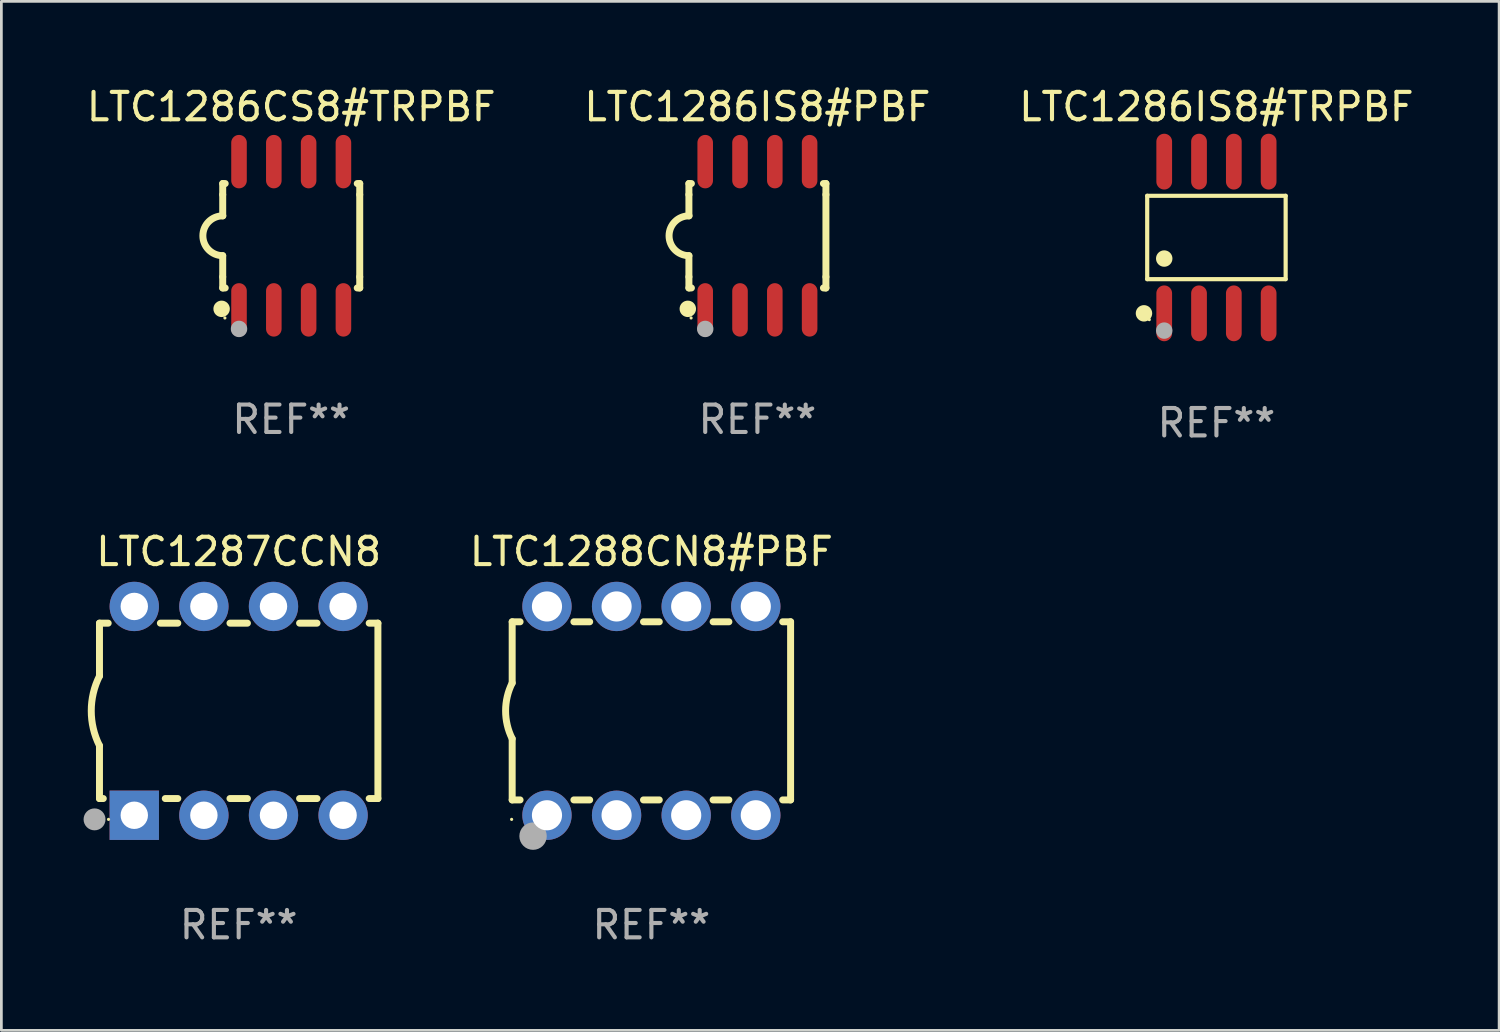
<source format=kicad_pcb>
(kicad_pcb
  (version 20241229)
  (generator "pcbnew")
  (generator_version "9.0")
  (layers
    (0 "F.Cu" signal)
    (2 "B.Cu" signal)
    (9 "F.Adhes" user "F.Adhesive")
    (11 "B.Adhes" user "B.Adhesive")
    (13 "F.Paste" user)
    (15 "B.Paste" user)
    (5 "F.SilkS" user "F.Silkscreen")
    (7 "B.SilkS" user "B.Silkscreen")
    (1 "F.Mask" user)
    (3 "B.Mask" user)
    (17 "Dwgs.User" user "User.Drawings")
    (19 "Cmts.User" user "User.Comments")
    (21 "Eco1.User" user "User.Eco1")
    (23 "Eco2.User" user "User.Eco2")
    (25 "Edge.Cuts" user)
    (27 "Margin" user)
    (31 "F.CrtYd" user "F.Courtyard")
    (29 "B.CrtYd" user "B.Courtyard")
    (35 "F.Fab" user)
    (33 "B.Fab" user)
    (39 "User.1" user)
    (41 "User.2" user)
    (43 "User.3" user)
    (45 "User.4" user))
  (footprint "LTC1287CCN8"
    (layer "F.Cu")
    (at 5.66 22.89)
    (property "Reference" "LTC1287CCN8" (at 0 -5.81 0) (layer "F.SilkS") (effects (font (size 1 1) (thickness 0.15))))
    (attr through_hole)
    (fp_line (start -5.08 -3.2) (end -4.762 -3.2) (stroke (width 0.254) (type solid)) (layer "F.SilkS"))
    (fp_line (start -5.08 -1.27) (end -5.08 -3.2) (stroke (width 0.254) (type solid)) (layer "F.SilkS"))
    (fp_line (start -5.08 3.2) (end -5.08 1.27) (stroke (width 0.254) (type solid)) (layer "F.SilkS"))
    (fp_line (start -5.08 3.2) (end -4.941 3.2) (stroke (width 0.254) (type solid)) (layer "F.SilkS"))
    (fp_line (start -2.858 -3.2) (end -2.222 -3.2) (stroke (width 0.254) (type solid)) (layer "F.SilkS"))
    (fp_line (start -2.679 3.2) (end -2.222 3.2) (stroke (width 0.254) (type solid)) (layer "F.SilkS"))
    (fp_line (start -0.318 -3.2) (end 0.318 -3.2) (stroke (width 0.254) (type solid)) (layer "F.SilkS"))
    (fp_line (start -0.318 3.2) (end 0.318 3.2) (stroke (width 0.254) (type solid)) (layer "F.SilkS"))
    (fp_line (start 2.222 -3.2) (end 2.858 -3.2) (stroke (width 0.254) (type solid)) (layer "F.SilkS"))
    (fp_line (start 2.222 3.2) (end 2.858 3.2) (stroke (width 0.254) (type solid)) (layer "F.SilkS"))
    (fp_line (start 4.762 -3.2) (end 5.08 -3.2) (stroke (width 0.254) (type solid)) (layer "F.SilkS"))
    (fp_line (start 4.762 3.2) (end 5.08 3.2) (stroke (width 0.254) (type solid)) (layer "F.SilkS"))
    (fp_line (start 5.08 3.2) (end 5.08 -3.2) (stroke (width 0.254) (type solid)) (layer "F.SilkS"))
    (fp_arc (start -5.080011 1.270002) (mid -5.379818 -0.000001) (end -5.08001 -1.270003) (stroke (width 0.254001) (type solid)) (layer "F.SilkS"))
    (fp_circle (center -4.75 3.96) (end -4.72 3.96) (stroke (width 0.06) (type solid)) (fill no) (layer "F.SilkS"))
    (fp_circle (center -5.26 3.96) (end -5.06 3.96) (stroke (width 0.4) (type solid)) (fill no) (layer "F.Fab"))
    (fp_text user "REF**" (at 0 7.81 0) (layer "F.Fab") (effects (font (size 1 1) (thickness 0.15))))
    (pad "1" thru_hole rect (at -3.81 3.81) (size 1.8 1.8) (drill 1) (layers "*.Cu" "*.Mask"))
    (pad "2" thru_hole circle (at -1.27 3.81) (size 1.8 1.8) (drill 1) (layers "*.Cu" "*.Mask"))
    (pad "3" thru_hole circle (at 1.27 3.81) (size 1.8 1.8) (drill 1) (layers "*.Cu" "*.Mask"))
    (pad "4" thru_hole circle (at 3.81 3.81) (size 1.8 1.8) (drill 1) (layers "*.Cu" "*.Mask"))
    (pad "5" thru_hole circle (at 3.81 -3.81) (size 1.8 1.8) (drill 1) (layers "*.Cu" "*.Mask"))
    (pad "6" thru_hole circle (at 1.27 -3.81) (size 1.8 1.8) (drill 1) (layers "*.Cu" "*.Mask"))
    (pad "7" thru_hole circle (at -1.27 -3.81) (size 1.8 1.8) (drill 1) (layers "*.Cu" "*.Mask"))
    (pad "8" thru_hole circle (at -3.81 -3.81) (size 1.8 1.8) (drill 1) (layers "*.Cu" "*.Mask")))
  (footprint "LTC1288CN8#PBF"
    (layer "F.Cu")
    (at 20.72 22.89)
    (property "Reference" "LTC1288CN8#PBF" (at 0 -5.81 0) (layer "F.SilkS") (effects (font (size 1 1) (thickness 0.15))))
    (attr through_hole)
    (fp_line (start -5.08 -3.25) (end -5.08 -1.017) (stroke (width 0.254) (type solid)) (layer "F.SilkS"))
    (fp_line (start -5.08 -3.25) (end -4.792 -3.25) (stroke (width 0.254) (type solid)) (layer "F.SilkS"))
    (fp_line (start -5.08 3.25) (end -5.08 1.015) (stroke (width 0.254) (type solid)) (layer "F.SilkS"))
    (fp_line (start -5.08 3.25) (end -4.792 3.25) (stroke (width 0.254) (type solid)) (layer "F.SilkS"))
    (fp_line (start -2.828 -3.25) (end -2.252 -3.25) (stroke (width 0.254) (type solid)) (layer "F.SilkS"))
    (fp_line (start -2.828 3.25) (end -2.252 3.25) (stroke (width 0.254) (type solid)) (layer "F.SilkS"))
    (fp_line (start -0.288 -3.25) (end 0.288 -3.25) (stroke (width 0.254) (type solid)) (layer "F.SilkS"))
    (fp_line (start -0.288 3.25) (end 0.288 3.25) (stroke (width 0.254) (type solid)) (layer "F.SilkS"))
    (fp_line (start 2.252 -3.25) (end 2.828 -3.25) (stroke (width 0.254) (type solid)) (layer "F.SilkS"))
    (fp_line (start 2.252 3.25) (end 2.828 3.25) (stroke (width 0.254) (type solid)) (layer "F.SilkS"))
    (fp_line (start 4.792 -3.25) (end 5.08 -3.25) (stroke (width 0.254) (type solid)) (layer "F.SilkS"))
    (fp_line (start 4.792 3.25) (end 5.08 3.25) (stroke (width 0.254) (type solid)) (layer "F.SilkS"))
    (fp_line (start 5.08 -3.25) (end 5.08 3.25) (stroke (width 0.254) (type solid)) (layer "F.SilkS"))
    (fp_arc (start -5.08001 1.01524) (mid -5.319856 -0.000762) (end -5.08001 -1.016764) (stroke (width 0.254001) (type solid)) (layer "F.SilkS"))
    (fp_circle (center -5.1 3.96) (end -5.07 3.96) (stroke (width 0.06) (type solid)) (fill no) (layer "F.SilkS"))
    (fp_circle (center -4.318 4.572) (end -4.068 4.572) (stroke (width 0.5) (type solid)) (fill no) (layer "F.Fab"))
    (fp_text user "REF**" (at 0 7.81 0) (layer "F.Fab") (effects (font (size 1 1) (thickness 0.15))))
    (pad "1" thru_hole circle (at -3.81 3.81) (size 1.8 1.8) (drill 1.1) (layers "*.Cu" "*.Mask"))
    (pad "2" thru_hole circle (at -1.27 3.81) (size 1.8 1.8) (drill 1.1) (layers "*.Cu" "*.Mask"))
    (pad "3" thru_hole circle (at 1.27 3.81) (size 1.8 1.8) (drill 1.1) (layers "*.Cu" "*.Mask"))
    (pad "4" thru_hole circle (at 3.81 3.81) (size 1.8 1.8) (drill 1.1) (layers "*.Cu" "*.Mask"))
    (pad "5" thru_hole circle (at 3.81 -3.81) (size 1.8 1.8) (drill 1.1) (layers "*.Cu" "*.Mask"))
    (pad "6" thru_hole circle (at 1.27 -3.81) (size 1.8 1.8) (drill 1.1) (layers "*.Cu" "*.Mask"))
    (pad "7" thru_hole circle (at -1.27 -3.81) (size 1.8 1.8) (drill 1.1) (layers "*.Cu" "*.Mask"))
    (pad "8" thru_hole circle (at -3.81 -3.81) (size 1.8 1.8) (drill 1.1) (layers "*.Cu" "*.Mask")))
  (footprint "LTC1286IS8#PBF"
    (layer "F.Cu")
    (at 24.589 5.553)
    (property "Reference" "LTC1286IS8#PBF" (at 0 -4.705 0) (layer "F.SilkS") (effects (font (size 1 1) (thickness 0.15))))
    (attr through_hole)
    (fp_line (start -2.5 -1.905) (end -2.409 -1.905) (stroke (width 0.254) (type solid)) (layer "F.SilkS"))
    (fp_line (start -2.5 -1.5) (end -2.5 -1.905) (stroke (width 0.254) (type solid)) (layer "F.SilkS"))
    (fp_line (start -2.5 -1.5) (end -2.5 -0.726) (stroke (width 0.254) (type solid)) (layer "F.SilkS"))
    (fp_line (start -2.5 1.5) (end -2.5 0.727) (stroke (width 0.254) (type solid)) (layer "F.SilkS"))
    (fp_line (start -2.5 1.5) (end -2.5 1.905) (stroke (width 0.254) (type solid)) (layer "F.SilkS"))
    (fp_line (start -2.5 1.905) (end -2.409 1.905) (stroke (width 0.254) (type solid)) (layer "F.SilkS"))
    (fp_line (start 2.5 -1.905) (end 2.409 -1.905) (stroke (width 0.254) (type solid)) (layer "F.SilkS"))
    (fp_line (start 2.5 -1.5) (end 2.5 -1.905) (stroke (width 0.254) (type solid)) (layer "F.SilkS"))
    (fp_line (start 2.5 -1.5) (end 2.5 1.5) (stroke (width 0.254) (type solid)) (layer "F.SilkS"))
    (fp_line (start 2.5 1.5) (end 2.5 1.905) (stroke (width 0.254) (type solid)) (layer "F.SilkS"))
    (fp_line (start 2.5 1.905) (end 2.409 1.905) (stroke (width 0.254) (type solid)) (layer "F.SilkS"))
    (fp_arc (start -2.5 0.726568) (mid -3.220316 -0.0023) (end -2.495097 -0.726289) (stroke (width 0.254001) (type solid)) (layer "F.SilkS"))
    (fp_circle (center -2.54 2.667) (end -2.39 2.667) (stroke (width 0.3) (type solid)) (fill no) (layer "F.SilkS"))
    (fp_circle (center -2.42 3) (end -2.39 3) (stroke (width 0.06) (type solid)) (fill no) (layer "F.SilkS"))
    (fp_circle (center -1.905 3.4) (end -1.755 3.4) (stroke (width 0.3) (type solid)) (fill no) (layer "F.Fab"))
    (fp_text user "REF**" (at 0 6.705 0) (layer "F.Fab") (effects (font (size 1 1) (thickness 0.15))))
    (pad "1" smd oval (at -1.905 2.705) (size 0.568 1.95) (layers "F.Cu" "F.Mask" "F.Paste"))
    (pad "2" smd oval (at -0.635 2.705) (size 0.568 1.95) (layers "F.Cu" "F.Mask" "F.Paste"))
    (pad "3" smd oval (at 0.635 2.705) (size 0.568 1.95) (layers "F.Cu" "F.Mask" "F.Paste"))
    (pad "4" smd oval (at 1.905 2.705) (size 0.568 1.95) (layers "F.Cu" "F.Mask" "F.Paste"))
    (pad "5" smd oval (at 1.905 -2.705) (size 0.568 1.95) (layers "F.Cu" "F.Mask" "F.Paste"))
    (pad "6" smd oval (at 0.635 -2.705) (size 0.568 1.95) (layers "F.Cu" "F.Mask" "F.Paste"))
    (pad "7" smd oval (at -0.635 -2.705) (size 0.568 1.95) (layers "F.Cu" "F.Mask" "F.Paste"))
    (pad "8" smd oval (at -1.905 -2.705) (size 0.568 1.95) (layers "F.Cu" "F.Mask" "F.Paste")))
  (footprint "LTC1286IS8#TRPBF"
    (layer "F.Cu")
    (at 41.339 5.616)
    (property "Reference" "LTC1286IS8#TRPBF" (at 0 -4.768 0) (layer "F.SilkS") (effects (font (size 1 1) (thickness 0.15))))
    (attr through_hole)
    (fp_line (start -2.526 -1.521) (end 2.526 -1.521) (stroke (width 0.152) (type solid)) (layer "F.SilkS"))
    (fp_line (start -2.526 1.521) (end -2.526 -1.521) (stroke (width 0.152) (type solid)) (layer "F.SilkS"))
    (fp_line (start 2.526 -1.521) (end 2.526 1.521) (stroke (width 0.152) (type solid)) (layer "F.SilkS"))
    (fp_line (start 2.526 1.521) (end -2.526 1.521) (stroke (width 0.152) (type solid)) (layer "F.SilkS"))
    (fp_circle (center -2.644 2.768) (end -2.494 2.768) (stroke (width 0.3) (type solid)) (fill no) (layer "F.SilkS"))
    (fp_circle (center -2.45 2.998) (end -2.42 2.998) (stroke (width 0.06) (type solid)) (fill no) (layer "F.SilkS"))
    (fp_circle (center -1.905 0.769) (end -1.755 0.769) (stroke (width 0.3) (type solid)) (fill no) (layer "F.SilkS"))
    (fp_circle (center -1.905 3.398) (end -1.755 3.398) (stroke (width 0.3) (type solid)) (fill no) (layer "F.Fab"))
    (fp_text user "REF**" (at 0 6.768 0) (layer "F.Fab") (effects (font (size 1 1) (thickness 0.15))))
    (pad "1" smd oval (at -1.905 2.768) (size 0.574 2.036) (layers "F.Cu" "F.Mask" "F.Paste"))
    (pad "2" smd oval (at -0.635 2.768) (size 0.574 2.036) (layers "F.Cu" "F.Mask" "F.Paste"))
    (pad "3" smd oval (at 0.635 2.768) (size 0.574 2.036) (layers "F.Cu" "F.Mask" "F.Paste"))
    (pad "4" smd oval (at 1.905 2.768) (size 0.574 2.036) (layers "F.Cu" "F.Mask" "F.Paste"))
    (pad "5" smd oval (at 1.905 -2.768) (size 0.574 2.036) (layers "F.Cu" "F.Mask" "F.Paste"))
    (pad "6" smd oval (at 0.635 -2.768) (size 0.574 2.036) (layers "F.Cu" "F.Mask" "F.Paste"))
    (pad "7" smd oval (at -0.635 -2.768) (size 0.574 2.036) (layers "F.Cu" "F.Mask" "F.Paste"))
    (pad "8" smd oval (at -1.905 -2.768) (size 0.574 2.036) (layers "F.Cu" "F.Mask" "F.Paste")))
  (footprint "LTC1286CS8#TRPBF"
    (layer "F.Cu")
    (at 7.577 5.553)
    (property "Reference" "LTC1286CS8#TRPBF" (at 0 -4.705 0) (layer "F.SilkS") (effects (font (size 1 1) (thickness 0.15))))
    (attr through_hole)
    (fp_line (start -2.5 -1.905) (end -2.409 -1.905) (stroke (width 0.254) (type solid)) (layer "F.SilkS"))
    (fp_line (start -2.5 -1.5) (end -2.5 -1.905) (stroke (width 0.254) (type solid)) (layer "F.SilkS"))
    (fp_line (start -2.5 -1.5) (end -2.5 -0.726) (stroke (width 0.254) (type solid)) (layer "F.SilkS"))
    (fp_line (start -2.5 1.5) (end -2.5 0.727) (stroke (width 0.254) (type solid)) (layer "F.SilkS"))
    (fp_line (start -2.5 1.5) (end -2.5 1.905) (stroke (width 0.254) (type solid)) (layer "F.SilkS"))
    (fp_line (start -2.5 1.905) (end -2.409 1.905) (stroke (width 0.254) (type solid)) (layer "F.SilkS"))
    (fp_line (start 2.5 -1.905) (end 2.409 -1.905) (stroke (width 0.254) (type solid)) (layer "F.SilkS"))
    (fp_line (start 2.5 -1.5) (end 2.5 -1.905) (stroke (width 0.254) (type solid)) (layer "F.SilkS"))
    (fp_line (start 2.5 -1.5) (end 2.5 1.5) (stroke (width 0.254) (type solid)) (layer "F.SilkS"))
    (fp_line (start 2.5 1.5) (end 2.5 1.905) (stroke (width 0.254) (type solid)) (layer "F.SilkS"))
    (fp_line (start 2.5 1.905) (end 2.409 1.905) (stroke (width 0.254) (type solid)) (layer "F.SilkS"))
    (fp_arc (start -2.5 0.726568) (mid -3.220316 -0.0023) (end -2.495097 -0.726289) (stroke (width 0.254001) (type solid)) (layer "F.SilkS"))
    (fp_circle (center -2.54 2.667) (end -2.39 2.667) (stroke (width 0.3) (type solid)) (fill no) (layer "F.SilkS"))
    (fp_circle (center -2.42 3) (end -2.39 3) (stroke (width 0.06) (type solid)) (fill no) (layer "F.SilkS"))
    (fp_circle (center -1.905 3.4) (end -1.755 3.4) (stroke (width 0.3) (type solid)) (fill no) (layer "F.Fab"))
    (fp_text user "REF**" (at 0 6.705 0) (layer "F.Fab") (effects (font (size 1 1) (thickness 0.15))))
    (pad "1" smd oval (at -1.905 2.705) (size 0.568 1.95) (layers "F.Cu" "F.Mask" "F.Paste"))
    (pad "2" smd oval (at -0.635 2.705) (size 0.568 1.95) (layers "F.Cu" "F.Mask" "F.Paste"))
    (pad "3" smd oval (at 0.635 2.705) (size 0.568 1.95) (layers "F.Cu" "F.Mask" "F.Paste"))
    (pad "4" smd oval (at 1.905 2.705) (size 0.568 1.95) (layers "F.Cu" "F.Mask" "F.Paste"))
    (pad "5" smd oval (at 1.905 -2.705) (size 0.568 1.95) (layers "F.Cu" "F.Mask" "F.Paste"))
    (pad "6" smd oval (at 0.635 -2.705) (size 0.568 1.95) (layers "F.Cu" "F.Mask" "F.Paste"))
    (pad "7" smd oval (at -0.635 -2.705) (size 0.568 1.95) (layers "F.Cu" "F.Mask" "F.Paste"))
    (pad "8" smd oval (at -1.905 -2.705) (size 0.568 1.95) (layers "F.Cu" "F.Mask" "F.Paste")))
  (gr_rect
    (start -3 -3)
    (end 51.655 34.549)
    (stroke (width 0.1) (type default))
    (fill no)
    (layer "Edge.Cuts")))
</source>
